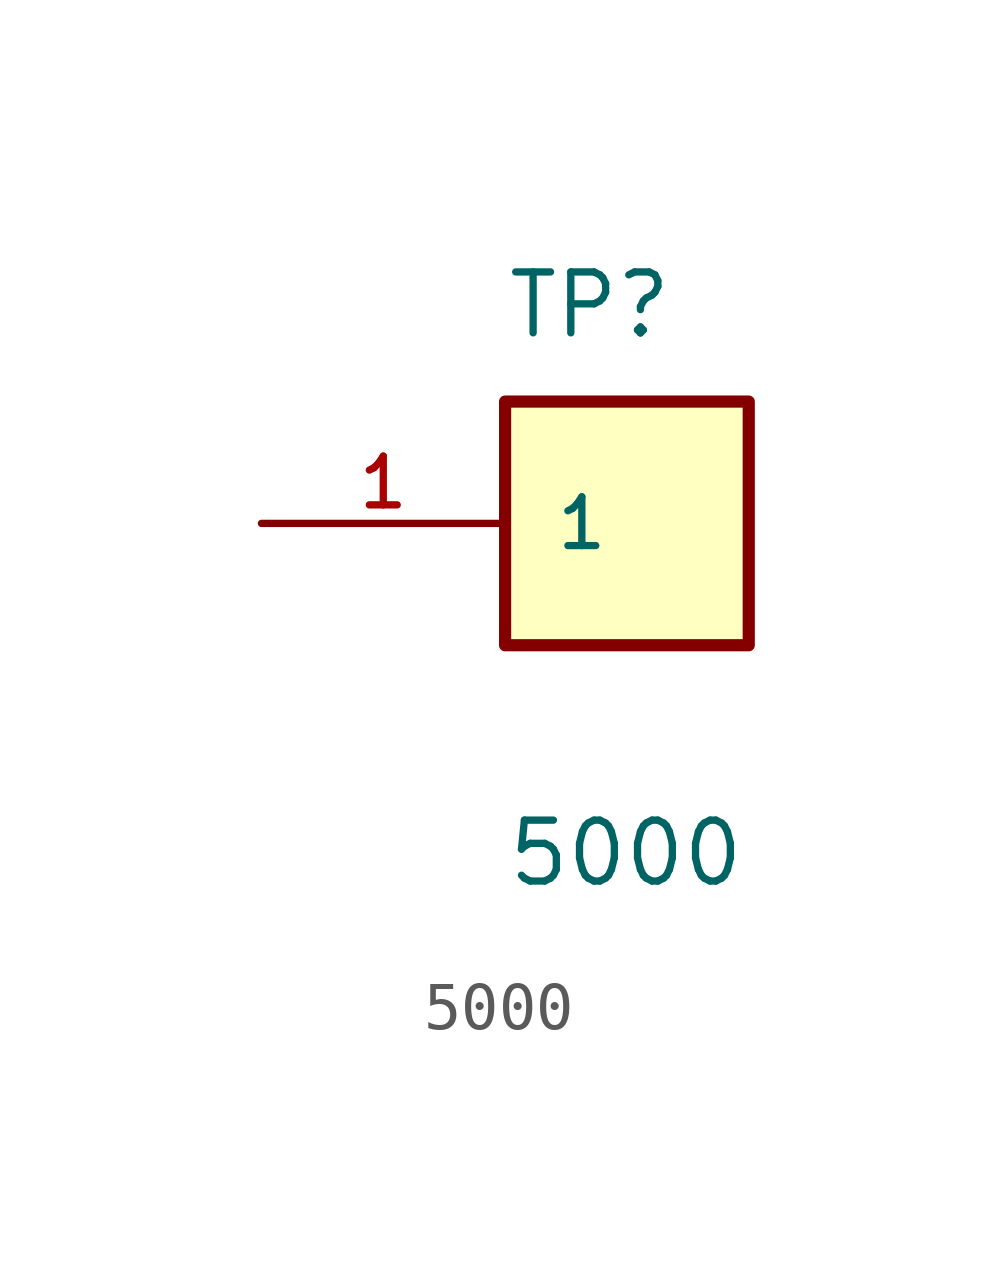
<source format=kicad_sym>
(kicad_symbol_lib
  (version 20211014)
  (generator kicad_symbol_editor)
  (symbol "5000"
    (pin_names
      (offset 1.016))
    (property "Reference" "TP"
      (at -2.54 3.81 0)
      (effects (font (size 1.27 1.27)) (justify left bottom)))
    (property "Value" "5000"
      (at -2.54 -7.62 0)
      (effects (font (size 1.27 1.27)) (justify left bottom)))
    (symbol "5000_0_0"
      (rectangle (start -2.54 -2.54) (end 2.54 2.54) (stroke (width 0.254) (type default) (color 0 0 0 0)) (fill (type background)))
      (pin passive line (at -7.62 0 0) (length 5.08) (name "1" (effects (font (size 1.016 1.016)))) (number "1" (effects (font (size 1.016 1.016))))))))
</source>
